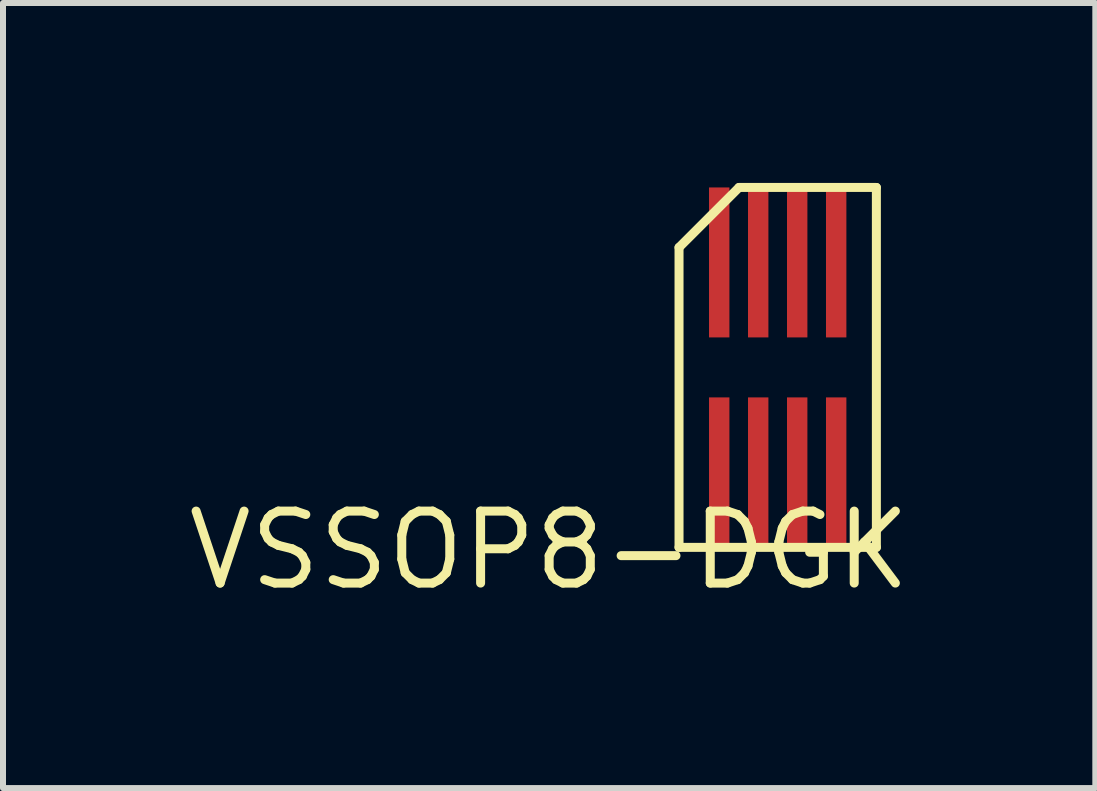
<source format=kicad_pcb>
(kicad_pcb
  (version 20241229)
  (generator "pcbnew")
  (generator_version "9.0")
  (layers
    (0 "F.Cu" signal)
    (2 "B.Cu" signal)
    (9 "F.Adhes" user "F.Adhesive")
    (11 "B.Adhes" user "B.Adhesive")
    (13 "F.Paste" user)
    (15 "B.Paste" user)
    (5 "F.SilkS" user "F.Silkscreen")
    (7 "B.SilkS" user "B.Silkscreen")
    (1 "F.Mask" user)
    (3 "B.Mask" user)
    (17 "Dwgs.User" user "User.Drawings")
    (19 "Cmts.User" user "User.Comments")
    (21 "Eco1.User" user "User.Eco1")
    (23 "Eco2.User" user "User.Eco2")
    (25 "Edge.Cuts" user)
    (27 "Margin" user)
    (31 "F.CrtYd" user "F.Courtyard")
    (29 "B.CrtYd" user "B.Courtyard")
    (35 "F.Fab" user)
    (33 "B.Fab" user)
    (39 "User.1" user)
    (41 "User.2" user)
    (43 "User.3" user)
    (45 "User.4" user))
  (footprint "VSSOP8-DGK"
    (layer "F.Cu")
    (at 9.915 3.075)
    (property "Reference" "VSSOP8-DGK" (at -3.81 3.048 180) (layer "F.SilkS") (effects (font (size 1.2 1.2) (thickness 0.15))))
    (attr through_hole)
    (fp_line (start -1.645 -2) (end -1.645 3) (stroke (width 0.15) (type solid)) (layer "F.SilkS"))
    (fp_line (start -1.645 3) (end 1.645 3) (stroke (width 0.15) (type solid)) (layer "F.SilkS"))
    (fp_line (start -0.645 -3) (end -1.645 -2) (stroke (width 0.15) (type solid)) (layer "F.SilkS"))
    (fp_line (start 1.645 -3) (end -0.645 -3) (stroke (width 0.15) (type solid)) (layer "F.SilkS"))
    (fp_line (start 1.645 3) (end 1.645 -3) (stroke (width 0.15) (type solid)) (layer "F.SilkS"))
    (pad "1" smd rect (at -0.975 1.75) (size 0.34 2.5) (layers "F.Cu" "F.Mask" "F.Paste"))
    (pad "2" smd rect (at -0.325 1.75) (size 0.34 2.5) (layers "F.Cu" "F.Mask" "F.Paste"))
    (pad "3" smd rect (at 0.325 1.75) (size 0.34 2.5) (layers "F.Cu" "F.Mask" "F.Paste"))
    (pad "4" smd rect (at 0.975 1.75) (size 0.34 2.5) (layers "F.Cu" "F.Mask" "F.Paste"))
    (pad "5" smd rect (at 0.975 -1.75) (size 0.34 2.5) (layers "F.Cu" "F.Mask" "F.Paste"))
    (pad "6" smd rect (at 0.325 -1.75) (size 0.34 2.5) (layers "F.Cu" "F.Mask" "F.Paste"))
    (pad "7" smd rect (at -0.325 -1.75) (size 0.34 2.5) (layers "F.Cu" "F.Mask" "F.Paste"))
    (pad "8" smd rect (at -0.975 -1.75) (size 0.34 2.5) (layers "F.Cu" "F.Mask" "F.Paste")))
  (gr_rect
    (start -3 -3)
    (end 15.21 10.088)
    (stroke (width 0.1) (type default))
    (fill no)
    (layer "Edge.Cuts")))
</source>
